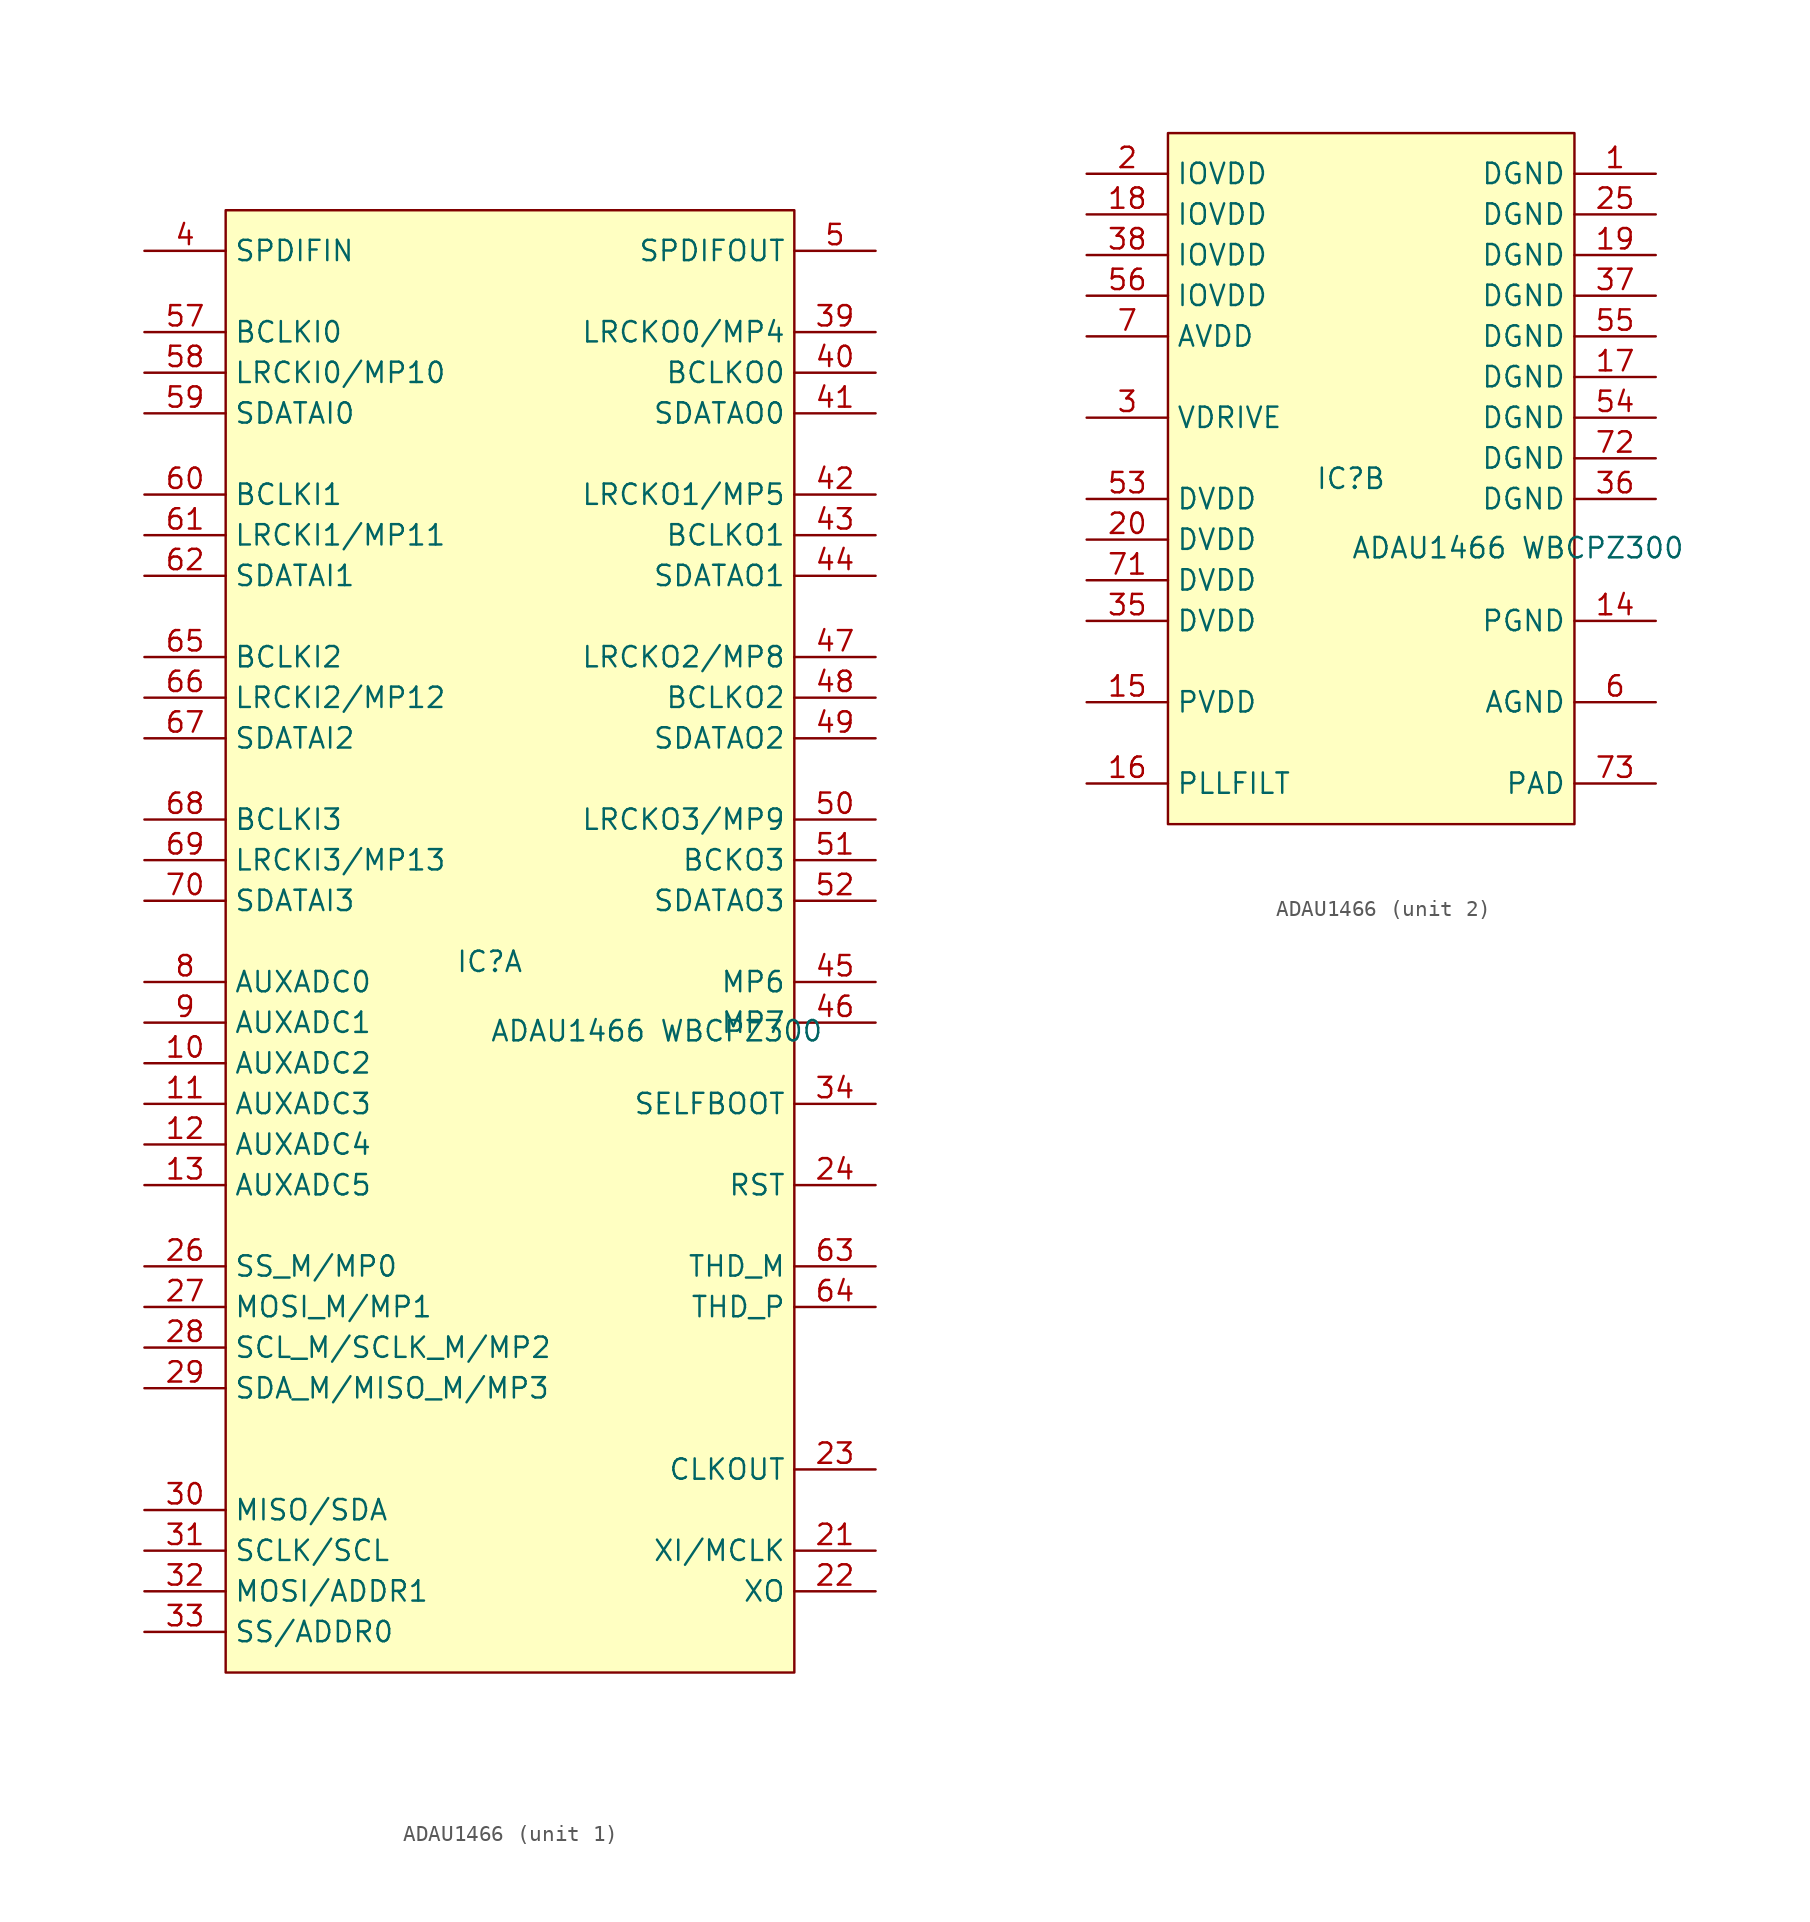
<source format=kicad_sym>
(kicad_symbol_lib
  (version 20231120)
  (generator "kicad_symbol_editor")
  (generator_version "8.0")
  (symbol "ADAU1466"
    (property "Reference" "IC"
      (at -1.27 1.27 0)
      (effects (font (size 1.27 1.27))))
    (property "Value" "ADAU1466 WBCPZ300"
      (at -1.27 -3.81 0)
      (effects (font (size 1.27 1.27)) (justify left bottom)))
    (symbol "ADAU1466_1_0"
      (rectangle (start -17.78 48.26) (end 17.78 -43.18) (stroke (width 0) (type solid) (color 128 0 0 1)) (fill (type background)))
      (pin input line (at -22.86 -5.08 0) (length 5.08) (name "AUXADC2" (effects (font (size 1.27 1.27)))) (number "10" (effects (font (size 1.27 1.27)))))
      (pin input line (at -22.86 -7.62 0) (length 5.08) (name "AUXADC3" (effects (font (size 1.27 1.27)))) (number "11" (effects (font (size 1.27 1.27)))))
      (pin input line (at -22.86 -10.16 0) (length 5.08) (name "AUXADC4" (effects (font (size 1.27 1.27)))) (number "12" (effects (font (size 1.27 1.27)))))
      (pin input line (at -22.86 -12.7 0) (length 5.08) (name "AUXADC5" (effects (font (size 1.27 1.27)))) (number "13" (effects (font (size 1.27 1.27)))))
      (pin input line (at 22.86 -35.56 180) (length 5.08) (name "XI/MCLK" (effects (font (size 1.27 1.27)))) (number "21" (effects (font (size 1.27 1.27)))))
      (pin output line (at 22.86 -38.1 180) (length 5.08) (name "XO" (effects (font (size 1.27 1.27)))) (number "22" (effects (font (size 1.27 1.27)))))
      (pin output line (at 22.86 -30.48 180) (length 5.08) (name "CLKOUT" (effects (font (size 1.27 1.27)))) (number "23" (effects (font (size 1.27 1.27)))))
      (pin input line (at 22.86 -12.7 180) (length 5.08) (name "RST" (effects (font (size 1.27 1.27)))) (number "24" (effects (font (size 1.27 1.27)))))
      (pin bidirectional line (at -22.86 -17.78 0) (length 5.08) (name "SS_M/MP0" (effects (font (size 1.27 1.27)))) (number "26" (effects (font (size 1.27 1.27)))))
      (pin bidirectional line (at -22.86 -20.32 0) (length 5.08) (name "MOSI_M/MP1" (effects (font (size 1.27 1.27)))) (number "27" (effects (font (size 1.27 1.27)))))
      (pin bidirectional line (at -22.86 -22.86 0) (length 5.08) (name "SCL_M/SCLK_M/MP2" (effects (font (size 1.27 1.27)))) (number "28" (effects (font (size 1.27 1.27)))))
      (pin bidirectional line (at -22.86 -25.4 0) (length 5.08) (name "SDA_M/MISO_M/MP3" (effects (font (size 1.27 1.27)))) (number "29" (effects (font (size 1.27 1.27)))))
      (pin bidirectional line (at -22.86 -33.02 0) (length 5.08) (name "MISO/SDA" (effects (font (size 1.27 1.27)))) (number "30" (effects (font (size 1.27 1.27)))))
      (pin bidirectional line (at -22.86 -35.56 0) (length 5.08) (name "SCLK/SCL" (effects (font (size 1.27 1.27)))) (number "31" (effects (font (size 1.27 1.27)))))
      (pin bidirectional line (at -22.86 -38.1 0) (length 5.08) (name "MOSI/ADDR1" (effects (font (size 1.27 1.27)))) (number "32" (effects (font (size 1.27 1.27)))))
      (pin bidirectional line (at -22.86 -40.64 0) (length 5.08) (name "SS/ADDR0" (effects (font (size 1.27 1.27)))) (number "33" (effects (font (size 1.27 1.27)))))
      (pin input line (at 22.86 -7.62 180) (length 5.08) (name "SELFBOOT" (effects (font (size 1.27 1.27)))) (number "34" (effects (font (size 1.27 1.27)))))
      (pin bidirectional line (at 22.86 40.64 180) (length 5.08) (name "LRCKO0/MP4" (effects (font (size 1.27 1.27)))) (number "39" (effects (font (size 1.27 1.27)))))
      (pin input line (at -22.86 45.72 0) (length 5.08) (name "SPDIFIN" (effects (font (size 1.27 1.27)))) (number "4" (effects (font (size 1.27 1.27)))))
      (pin bidirectional line (at 22.86 38.1 180) (length 5.08) (name "BCLKO0" (effects (font (size 1.27 1.27)))) (number "40" (effects (font (size 1.27 1.27)))))
      (pin output line (at 22.86 35.56 180) (length 5.08) (name "SDATAO0" (effects (font (size 1.27 1.27)))) (number "41" (effects (font (size 1.27 1.27)))))
      (pin bidirectional line (at 22.86 30.48 180) (length 5.08) (name "LRCKO1/MP5" (effects (font (size 1.27 1.27)))) (number "42" (effects (font (size 1.27 1.27)))))
      (pin bidirectional line (at 22.86 27.94 180) (length 5.08) (name "BCLKO1" (effects (font (size 1.27 1.27)))) (number "43" (effects (font (size 1.27 1.27)))))
      (pin output line (at 22.86 25.4 180) (length 5.08) (name "SDATAO1" (effects (font (size 1.27 1.27)))) (number "44" (effects (font (size 1.27 1.27)))))
      (pin bidirectional line (at 22.86 0 180) (length 5.08) (name "MP6" (effects (font (size 1.27 1.27)))) (number "45" (effects (font (size 1.27 1.27)))))
      (pin bidirectional line (at 22.86 -2.54 180) (length 5.08) (name "MP7" (effects (font (size 1.27 1.27)))) (number "46" (effects (font (size 1.27 1.27)))))
      (pin bidirectional line (at 22.86 20.32 180) (length 5.08) (name "LRCKO2/MP8" (effects (font (size 1.27 1.27)))) (number "47" (effects (font (size 1.27 1.27)))))
      (pin bidirectional line (at 22.86 17.78 180) (length 5.08) (name "BCLKO2" (effects (font (size 1.27 1.27)))) (number "48" (effects (font (size 1.27 1.27)))))
      (pin output line (at 22.86 15.24 180) (length 5.08) (name "SDATAO2" (effects (font (size 1.27 1.27)))) (number "49" (effects (font (size 1.27 1.27)))))
      (pin output line (at 22.86 45.72 180) (length 5.08) (name "SPDIFOUT" (effects (font (size 1.27 1.27)))) (number "5" (effects (font (size 1.27 1.27)))))
      (pin bidirectional line (at 22.86 10.16 180) (length 5.08) (name "LRCKO3/MP9" (effects (font (size 1.27 1.27)))) (number "50" (effects (font (size 1.27 1.27)))))
      (pin bidirectional line (at 22.86 7.62 180) (length 5.08) (name "BCKO3" (effects (font (size 1.27 1.27)))) (number "51" (effects (font (size 1.27 1.27)))))
      (pin output line (at 22.86 5.08 180) (length 5.08) (name "SDATAO3" (effects (font (size 1.27 1.27)))) (number "52" (effects (font (size 1.27 1.27)))))
      (pin bidirectional line (at -22.86 40.64 0) (length 5.08) (name "BCLKI0" (effects (font (size 1.27 1.27)))) (number "57" (effects (font (size 1.27 1.27)))))
      (pin bidirectional line (at -22.86 38.1 0) (length 5.08) (name "LRCKI0/MP10" (effects (font (size 1.27 1.27)))) (number "58" (effects (font (size 1.27 1.27)))))
      (pin input line (at -22.86 35.56 0) (length 5.08) (name "SDATAI0" (effects (font (size 1.27 1.27)))) (number "59" (effects (font (size 1.27 1.27)))))
      (pin bidirectional line (at -22.86 30.48 0) (length 5.08) (name "BCLKI1" (effects (font (size 1.27 1.27)))) (number "60" (effects (font (size 1.27 1.27)))))
      (pin bidirectional line (at -22.86 27.94 0) (length 5.08) (name "LRCKI1/MP11" (effects (font (size 1.27 1.27)))) (number "61" (effects (font (size 1.27 1.27)))))
      (pin input line (at -22.86 25.4 0) (length 5.08) (name "SDATAI1" (effects (font (size 1.27 1.27)))) (number "62" (effects (font (size 1.27 1.27)))))
      (pin passive line (at 22.86 -17.78 180) (length 5.08) (name "THD_M" (effects (font (size 1.27 1.27)))) (number "63" (effects (font (size 1.27 1.27)))))
      (pin passive line (at 22.86 -20.32 180) (length 5.08) (name "THD_P" (effects (font (size 1.27 1.27)))) (number "64" (effects (font (size 1.27 1.27)))))
      (pin bidirectional line (at -22.86 20.32 0) (length 5.08) (name "BCLKI2" (effects (font (size 1.27 1.27)))) (number "65" (effects (font (size 1.27 1.27)))))
      (pin bidirectional line (at -22.86 17.78 0) (length 5.08) (name "LRCKI2/MP12" (effects (font (size 1.27 1.27)))) (number "66" (effects (font (size 1.27 1.27)))))
      (pin input line (at -22.86 15.24 0) (length 5.08) (name "SDATAI2" (effects (font (size 1.27 1.27)))) (number "67" (effects (font (size 1.27 1.27)))))
      (pin bidirectional line (at -22.86 10.16 0) (length 5.08) (name "BCLKI3" (effects (font (size 1.27 1.27)))) (number "68" (effects (font (size 1.27 1.27)))))
      (pin bidirectional line (at -22.86 7.62 0) (length 5.08) (name "LRCKI3/MP13" (effects (font (size 1.27 1.27)))) (number "69" (effects (font (size 1.27 1.27)))))
      (pin input line (at -22.86 5.08 0) (length 5.08) (name "SDATAI3" (effects (font (size 1.27 1.27)))) (number "70" (effects (font (size 1.27 1.27)))))
      (pin input line (at -22.86 0 0) (length 5.08) (name "AUXADC0" (effects (font (size 1.27 1.27)))) (number "8" (effects (font (size 1.27 1.27)))))
      (pin input line (at -22.86 -2.54 0) (length 5.08) (name "AUXADC1" (effects (font (size 1.27 1.27)))) (number "9" (effects (font (size 1.27 1.27))))))
    (symbol "ADAU1466_2_0"
      (rectangle (start -12.7 22.86) (end 12.7 -20.32) (stroke (width 0) (type solid) (color 128 0 0 1)) (fill (type background)))
      (pin passive line (at 17.78 20.32 180) (length 5.08) (name "DGND" (effects (font (size 1.27 1.27)))) (number "1" (effects (font (size 1.27 1.27)))))
      (pin passive line (at 17.78 -7.62 180) (length 5.08) (name "PGND" (effects (font (size 1.27 1.27)))) (number "14" (effects (font (size 1.27 1.27)))))
      (pin passive line (at -17.78 -12.7 0) (length 5.08) (name "PVDD" (effects (font (size 1.27 1.27)))) (number "15" (effects (font (size 1.27 1.27)))))
      (pin passive line (at -17.78 -17.78 0) (length 5.08) (name "PLLFILT" (effects (font (size 1.27 1.27)))) (number "16" (effects (font (size 1.27 1.27)))))
      (pin passive line (at 17.78 7.62 180) (length 5.08) (name "DGND" (effects (font (size 1.27 1.27)))) (number "17" (effects (font (size 1.27 1.27)))))
      (pin passive line (at -17.78 17.78 0) (length 5.08) (name "IOVDD" (effects (font (size 1.27 1.27)))) (number "18" (effects (font (size 1.27 1.27)))))
      (pin passive line (at 17.78 15.24 180) (length 5.08) (name "DGND" (effects (font (size 1.27 1.27)))) (number "19" (effects (font (size 1.27 1.27)))))
      (pin passive line (at -17.78 20.32 0) (length 5.08) (name "IOVDD" (effects (font (size 1.27 1.27)))) (number "2" (effects (font (size 1.27 1.27)))))
      (pin passive line (at -17.78 -2.54 0) (length 5.08) (name "DVDD" (effects (font (size 1.27 1.27)))) (number "20" (effects (font (size 1.27 1.27)))))
      (pin passive line (at 17.78 17.78 180) (length 5.08) (name "DGND" (effects (font (size 1.27 1.27)))) (number "25" (effects (font (size 1.27 1.27)))))
      (pin passive line (at -17.78 5.08 0) (length 5.08) (name "VDRIVE" (effects (font (size 1.27 1.27)))) (number "3" (effects (font (size 1.27 1.27)))))
      (pin passive line (at -17.78 -7.62 0) (length 5.08) (name "DVDD" (effects (font (size 1.27 1.27)))) (number "35" (effects (font (size 1.27 1.27)))))
      (pin passive line (at 17.78 0 180) (length 5.08) (name "DGND" (effects (font (size 1.27 1.27)))) (number "36" (effects (font (size 1.27 1.27)))))
      (pin passive line (at 17.78 12.7 180) (length 5.08) (name "DGND" (effects (font (size 1.27 1.27)))) (number "37" (effects (font (size 1.27 1.27)))))
      (pin passive line (at -17.78 15.24 0) (length 5.08) (name "IOVDD" (effects (font (size 1.27 1.27)))) (number "38" (effects (font (size 1.27 1.27)))))
      (pin passive line (at -17.78 0 0) (length 5.08) (name "DVDD" (effects (font (size 1.27 1.27)))) (number "53" (effects (font (size 1.27 1.27)))))
      (pin passive line (at 17.78 5.08 180) (length 5.08) (name "DGND" (effects (font (size 1.27 1.27)))) (number "54" (effects (font (size 1.27 1.27)))))
      (pin passive line (at 17.78 10.16 180) (length 5.08) (name "DGND" (effects (font (size 1.27 1.27)))) (number "55" (effects (font (size 1.27 1.27)))))
      (pin passive line (at -17.78 12.7 0) (length 5.08) (name "IOVDD" (effects (font (size 1.27 1.27)))) (number "56" (effects (font (size 1.27 1.27)))))
      (pin passive line (at 17.78 -12.7 180) (length 5.08) (name "AGND" (effects (font (size 1.27 1.27)))) (number "6" (effects (font (size 1.27 1.27)))))
      (pin passive line (at -17.78 10.16 0) (length 5.08) (name "AVDD" (effects (font (size 1.27 1.27)))) (number "7" (effects (font (size 1.27 1.27)))))
      (pin passive line (at -17.78 -5.08 0) (length 5.08) (name "DVDD" (effects (font (size 1.27 1.27)))) (number "71" (effects (font (size 1.27 1.27)))))
      (pin passive line (at 17.78 2.54 180) (length 5.08) (name "DGND" (effects (font (size 1.27 1.27)))) (number "72" (effects (font (size 1.27 1.27)))))
      (pin passive line (at 17.78 -17.78 180) (length 5.08) (name "PAD" (effects (font (size 1.27 1.27)))) (number "73" (effects (font (size 1.27 1.27))))))))
</source>
